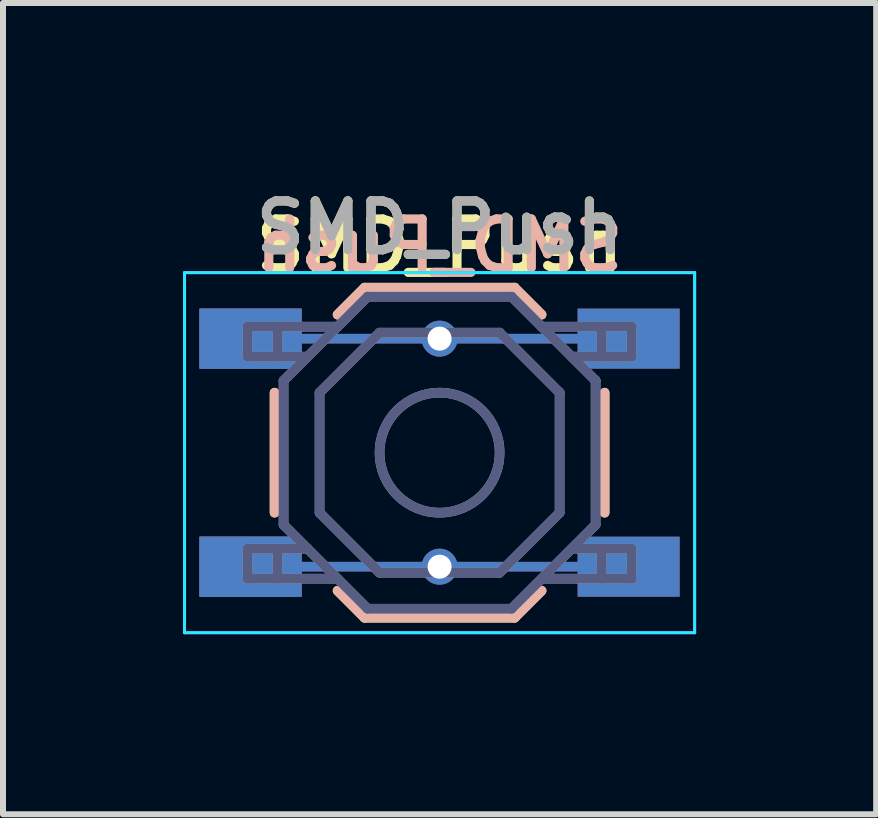
<source format=kicad_pcb>
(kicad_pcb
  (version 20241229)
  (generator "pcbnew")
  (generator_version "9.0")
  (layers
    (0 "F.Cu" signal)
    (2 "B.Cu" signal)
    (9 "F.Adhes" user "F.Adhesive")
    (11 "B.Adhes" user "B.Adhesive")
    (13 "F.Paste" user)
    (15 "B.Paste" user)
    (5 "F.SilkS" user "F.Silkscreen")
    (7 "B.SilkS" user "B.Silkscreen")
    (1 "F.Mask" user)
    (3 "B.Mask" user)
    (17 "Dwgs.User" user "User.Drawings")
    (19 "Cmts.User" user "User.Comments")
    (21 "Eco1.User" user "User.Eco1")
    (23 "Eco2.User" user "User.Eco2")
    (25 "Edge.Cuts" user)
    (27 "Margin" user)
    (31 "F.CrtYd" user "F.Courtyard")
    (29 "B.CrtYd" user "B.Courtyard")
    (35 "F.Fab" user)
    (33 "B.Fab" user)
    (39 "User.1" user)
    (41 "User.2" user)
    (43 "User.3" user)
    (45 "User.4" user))
  (footprint "SMD_Push"
    (layer "F.Cu")
    (at 4.275 4.493)
    (property "Reference" "SMD_Push" (at 0 -3.75 0) (layer "F.SilkS") (effects (font (size 0.813 0.813) (thickness 0.152))))
    (property "Value" "SMD_Push" (at 0 3.75 0) (layer "F.Fab") (hide yes) (effects (font (size 0.813 0.813) (thickness 0.152))))
    (attr smd)
    (fp_line (start -2.75 -1) (end -2.75 1) (stroke (width 0.16) (type solid)) (layer "F.SilkS"))
    (fp_line (start -1.7 -2.3) (end -1.25 -2.75) (stroke (width 0.16) (type solid)) (layer "F.SilkS"))
    (fp_line (start -1.7 2.3) (end -1.25 2.75) (stroke (width 0.16) (type solid)) (layer "F.SilkS"))
    (fp_line (start -1.25 -2.75) (end 1.25 -2.75) (stroke (width 0.16) (type solid)) (layer "F.SilkS"))
    (fp_line (start -1.25 2.75) (end 1.25 2.75) (stroke (width 0.16) (type solid)) (layer "F.SilkS"))
    (fp_line (start 1.7 -2.3) (end 1.25 -2.75) (stroke (width 0.16) (type solid)) (layer "F.SilkS"))
    (fp_line (start 1.7 2.3) (end 1.25 2.75) (stroke (width 0.16) (type solid)) (layer "F.SilkS"))
    (fp_line (start 2.75 -1) (end 2.75 1) (stroke (width 0.16) (type solid)) (layer "F.SilkS"))
    (fp_line (start -2.75 -1) (end -2.75 1) (stroke (width 0.16) (type solid)) (layer "B.SilkS"))
    (fp_line (start -1.7 -2.3) (end -1.25 -2.75) (stroke (width 0.16) (type solid)) (layer "B.SilkS"))
    (fp_line (start -1.7 2.3) (end -1.25 2.75) (stroke (width 0.16) (type solid)) (layer "B.SilkS"))
    (fp_line (start -1.25 -2.75) (end 1.25 -2.75) (stroke (width 0.16) (type solid)) (layer "B.SilkS"))
    (fp_line (start -1.25 2.75) (end 1.25 2.75) (stroke (width 0.16) (type solid)) (layer "B.SilkS"))
    (fp_line (start 1.7 -2.3) (end 1.25 -2.75) (stroke (width 0.16) (type solid)) (layer "B.SilkS"))
    (fp_line (start 1.7 2.3) (end 1.25 2.75) (stroke (width 0.16) (type solid)) (layer "B.SilkS"))
    (fp_line (start 2.75 -1) (end 2.75 1) (stroke (width 0.16) (type solid)) (layer "B.SilkS"))
    (fp_line (start -4.25 -3) (end 4.25 -3) (stroke (width 0.05) (type solid)) (layer "B.CrtYd"))
    (fp_line (start -4.25 3) (end -4.25 -3) (stroke (width 0.05) (type solid)) (layer "B.CrtYd"))
    (fp_line (start 4.25 -3) (end 4.25 3) (stroke (width 0.05) (type solid)) (layer "B.CrtYd"))
    (fp_line (start 4.25 3) (end -4.25 3) (stroke (width 0.05) (type solid)) (layer "B.CrtYd"))
    (fp_line (start -4.25 -3) (end 4.25 -3) (stroke (width 0.05) (type solid)) (layer "F.CrtYd"))
    (fp_line (start -4.25 3) (end -4.25 -3) (stroke (width 0.05) (type solid)) (layer "F.CrtYd"))
    (fp_line (start 4.25 -3) (end 4.25 3) (stroke (width 0.05) (type solid)) (layer "F.CrtYd"))
    (fp_line (start 4.25 3) (end -4.25 3) (stroke (width 0.05) (type solid)) (layer "F.CrtYd"))
    (fp_line (start -3.2 -2.1) (end -3.2 -1.6) (stroke (width 0.16) (type solid)) (layer "B.Fab"))
    (fp_line (start -3.2 -1.6) (end -2.2 -1.6) (stroke (width 0.16) (type solid)) (layer "B.Fab"))
    (fp_line (start -3.2 1.6) (end -2.2 1.6) (stroke (width 0.16) (type solid)) (layer "B.Fab"))
    (fp_line (start -3.2 2.1) (end -3.2 1.6) (stroke (width 0.16) (type solid)) (layer "B.Fab"))
    (fp_line (start -2.7 -2.1) (end -2.7 -1.6) (stroke (width 0.16) (type solid)) (layer "B.Fab"))
    (fp_line (start -2.7 2.1) (end -2.7 1.6) (stroke (width 0.16) (type solid)) (layer "B.Fab"))
    (fp_line (start -2.6 -1.2) (end -2.6 1.2) (stroke (width 0.16) (type solid)) (layer "B.Fab"))
    (fp_line (start -2.6 1.2) (end -1.2 2.6) (stroke (width 0.16) (type solid)) (layer "B.Fab"))
    (fp_line (start -2 -1) (end -1 -2) (stroke (width 0.16) (type solid)) (layer "B.Fab"))
    (fp_line (start -2 1) (end -2 -1) (stroke (width 0.16) (type solid)) (layer "B.Fab"))
    (fp_line (start -1.7 -2.1) (end -3.2 -2.1) (stroke (width 0.16) (type solid)) (layer "B.Fab"))
    (fp_line (start -1.7 2.1) (end -3.2 2.1) (stroke (width 0.16) (type solid)) (layer "B.Fab"))
    (fp_line (start -1.2 -2.6) (end -2.6 -1.2) (stroke (width 0.16) (type solid)) (layer "B.Fab"))
    (fp_line (start -1.2 2.6) (end 1.2 2.6) (stroke (width 0.16) (type solid)) (layer "B.Fab"))
    (fp_line (start -1 -2) (end 1 -2) (stroke (width 0.16) (type solid)) (layer "B.Fab"))
    (fp_line (start -1 2) (end -2 1) (stroke (width 0.16) (type solid)) (layer "B.Fab"))
    (fp_line (start 1 -2) (end 2 -1) (stroke (width 0.16) (type solid)) (layer "B.Fab"))
    (fp_line (start 1 2) (end -1 2) (stroke (width 0.16) (type solid)) (layer "B.Fab"))
    (fp_line (start 1.2 -2.6) (end -1.2 -2.6) (stroke (width 0.16) (type solid)) (layer "B.Fab"))
    (fp_line (start 1.2 2.6) (end 2.6 1.2) (stroke (width 0.16) (type solid)) (layer "B.Fab"))
    (fp_line (start 1.7 -2.1) (end 3.2 -2.1) (stroke (width 0.16) (type solid)) (layer "B.Fab"))
    (fp_line (start 1.7 2.1) (end 3.2 2.1) (stroke (width 0.16) (type solid)) (layer "B.Fab"))
    (fp_line (start 2 -1) (end 2 1) (stroke (width 0.16) (type solid)) (layer "B.Fab"))
    (fp_line (start 2 1) (end 1 2) (stroke (width 0.16) (type solid)) (layer "B.Fab"))
    (fp_line (start 2.6 -1.2) (end 1.2 -2.6) (stroke (width 0.16) (type solid)) (layer "B.Fab"))
    (fp_line (start 2.6 1.2) (end 2.6 -1.2) (stroke (width 0.16) (type solid)) (layer "B.Fab"))
    (fp_line (start 2.7 -2.1) (end 2.7 -1.6) (stroke (width 0.16) (type solid)) (layer "B.Fab"))
    (fp_line (start 2.7 2.1) (end 2.7 1.6) (stroke (width 0.16) (type solid)) (layer "B.Fab"))
    (fp_line (start 3.2 -2.1) (end 3.2 -1.6) (stroke (width 0.16) (type solid)) (layer "B.Fab"))
    (fp_line (start 3.2 -1.6) (end 2.2 -1.6) (stroke (width 0.16) (type solid)) (layer "B.Fab"))
    (fp_line (start 3.2 1.6) (end 2.2 1.6) (stroke (width 0.16) (type solid)) (layer "B.Fab"))
    (fp_line (start 3.2 2.1) (end 3.2 1.6) (stroke (width 0.16) (type solid)) (layer "B.Fab"))
    (fp_circle (center 0 0) (end 1 0) (stroke (width 0.16) (type solid)) (fill no) (layer "B.Fab"))
    (fp_line (start -3.2 -2.1) (end -3.2 -1.6) (stroke (width 0.16) (type solid)) (layer "F.Fab"))
    (fp_line (start -3.2 -1.6) (end -2.2 -1.6) (stroke (width 0.16) (type solid)) (layer "F.Fab"))
    (fp_line (start -3.2 1.6) (end -2.2 1.6) (stroke (width 0.16) (type solid)) (layer "F.Fab"))
    (fp_line (start -3.2 2.1) (end -3.2 1.6) (stroke (width 0.16) (type solid)) (layer "F.Fab"))
    (fp_line (start -2.7 -2.1) (end -2.7 -1.6) (stroke (width 0.16) (type solid)) (layer "F.Fab"))
    (fp_line (start -2.7 2.1) (end -2.7 1.6) (stroke (width 0.16) (type solid)) (layer "F.Fab"))
    (fp_line (start -2.6 -1.2) (end -2.6 1.2) (stroke (width 0.16) (type solid)) (layer "F.Fab"))
    (fp_line (start -2.6 1.2) (end -1.2 2.6) (stroke (width 0.16) (type solid)) (layer "F.Fab"))
    (fp_line (start -2 -1) (end -1 -2) (stroke (width 0.16) (type solid)) (layer "F.Fab"))
    (fp_line (start -2 1) (end -2 -1) (stroke (width 0.16) (type solid)) (layer "F.Fab"))
    (fp_line (start -1.7 -2.1) (end -3.2 -2.1) (stroke (width 0.16) (type solid)) (layer "F.Fab"))
    (fp_line (start -1.7 2.1) (end -3.2 2.1) (stroke (width 0.16) (type solid)) (layer "F.Fab"))
    (fp_line (start -1.2 -2.6) (end -2.6 -1.2) (stroke (width 0.16) (type solid)) (layer "F.Fab"))
    (fp_line (start -1.2 2.6) (end 1.2 2.6) (stroke (width 0.16) (type solid)) (layer "F.Fab"))
    (fp_line (start -1 -2) (end 1 -2) (stroke (width 0.16) (type solid)) (layer "F.Fab"))
    (fp_line (start -1 2) (end -2 1) (stroke (width 0.16) (type solid)) (layer "F.Fab"))
    (fp_line (start 1 -2) (end 2 -1) (stroke (width 0.16) (type solid)) (layer "F.Fab"))
    (fp_line (start 1 2) (end -1 2) (stroke (width 0.16) (type solid)) (layer "F.Fab"))
    (fp_line (start 1.2 -2.6) (end -1.2 -2.6) (stroke (width 0.16) (type solid)) (layer "F.Fab"))
    (fp_line (start 1.2 2.6) (end 2.6 1.2) (stroke (width 0.16) (type solid)) (layer "F.Fab"))
    (fp_line (start 1.7 -2.1) (end 3.2 -2.1) (stroke (width 0.16) (type solid)) (layer "F.Fab"))
    (fp_line (start 1.7 2.1) (end 3.2 2.1) (stroke (width 0.16) (type solid)) (layer "F.Fab"))
    (fp_line (start 2 -1) (end 2 1) (stroke (width 0.16) (type solid)) (layer "F.Fab"))
    (fp_line (start 2 1) (end 1 2) (stroke (width 0.16) (type solid)) (layer "F.Fab"))
    (fp_line (start 2.6 -1.2) (end 1.2 -2.6) (stroke (width 0.16) (type solid)) (layer "F.Fab"))
    (fp_line (start 2.6 1.2) (end 2.6 -1.2) (stroke (width 0.16) (type solid)) (layer "F.Fab"))
    (fp_line (start 2.7 -2.1) (end 2.7 -1.6) (stroke (width 0.16) (type solid)) (layer "F.Fab"))
    (fp_line (start 2.7 2.1) (end 2.7 1.6) (stroke (width 0.16) (type solid)) (layer "F.Fab"))
    (fp_line (start 3.2 -2.1) (end 3.2 -1.6) (stroke (width 0.16) (type solid)) (layer "F.Fab"))
    (fp_line (start 3.2 -1.6) (end 2.2 -1.6) (stroke (width 0.16) (type solid)) (layer "F.Fab"))
    (fp_line (start 3.2 1.6) (end 2.2 1.6) (stroke (width 0.16) (type solid)) (layer "F.Fab"))
    (fp_line (start 3.2 2.1) (end 3.2 1.6) (stroke (width 0.16) (type solid)) (layer "F.Fab"))
    (fp_circle (center 0 0) (end 1 0) (stroke (width 0.16) (type solid)) (fill no) (layer "F.Fab"))
    (fp_text user "${VALUE}" (at 0 -3.45 0) (layer "F.SilkS") (effects (font (size 0.813 0.813) (thickness 0.152))))
    (fp_text user "${VALUE}" (at 0 -3.45 0) (layer "B.SilkS") (effects (font (size 0.813 0.813) (thickness 0.152)) (justify mirror)))
    (fp_text user "${REFERENCE}" (at 0 -3.75 0) (layer "F.Fab") (effects (font (size 0.813 0.813) (thickness 0.152))))
    (pad "1" smd rect (at -3.15 -1.9) (size 1.7 1) (layers "F.Cu" "F.Mask" "F.Paste"))
    (pad "1" smd rect (at -3.15 -1.9) (size 1.7 1) (layers "B.Cu" "B.Mask" "B.Paste"))
    (pad "1" smd custom (at -3.15 -1.9) (size 1.7 1) (layers "F.Cu") (options (anchor rect)) (primitives (gr_line (start 0.65 0) (end 6.35 0) (width 0.16))))
    (pad "1" smd custom (at -3.15 -1.9) (size 1.7 1) (layers "B.Cu") (options (anchor rect)) (primitives (gr_line (start 0.65 0) (end 6.35 0) (width 0.16))))
    (pad "1" thru_hole circle (at 0 -1.9) (size 0.6 0.6) (drill 0.4) (layers "*.Cu" "*.Mask"))
    (pad "1" smd rect (at 3.15 -1.9) (size 1.7 1) (layers "F.Cu" "F.Mask" "F.Paste"))
    (pad "1" smd rect (at 3.15 -1.9) (size 1.7 1) (layers "B.Cu" "B.Mask" "B.Paste"))
    (pad "2" smd rect (at -3.15 1.9) (size 1.7 1) (layers "F.Cu" "F.Mask" "F.Paste"))
    (pad "2" smd rect (at -3.15 1.9) (size 1.7 1) (layers "B.Cu" "B.Mask" "B.Paste"))
    (pad "2" smd custom (at -3.15 1.9) (size 1.7 1) (layers "F.Cu") (options (anchor rect)) (primitives (gr_line (start 0.65 0) (end 6.35 0) (width 0.16))))
    (pad "2" smd custom (at -3.15 1.9) (size 1.7 1) (layers "B.Cu") (options (anchor rect)) (primitives (gr_line (start 0.65 0) (end 6.35 0) (width 0.16))))
    (pad "2" thru_hole circle (at 0 1.9) (size 0.6 0.6) (drill 0.4) (layers "*.Cu" "*.Mask"))
    (pad "2" smd rect (at 3.15 1.9) (size 1.7 1) (layers "F.Cu" "F.Mask" "F.Paste"))
    (pad "2" smd rect (at 3.15 1.9) (size 1.7 1) (layers "B.Cu" "B.Mask" "B.Paste")))
  (gr_rect
    (start -3 -3)
    (end 11.55 10.518)
    (stroke (width 0.1) (type default))
    (fill no)
    (layer "Edge.Cuts")))
</source>
